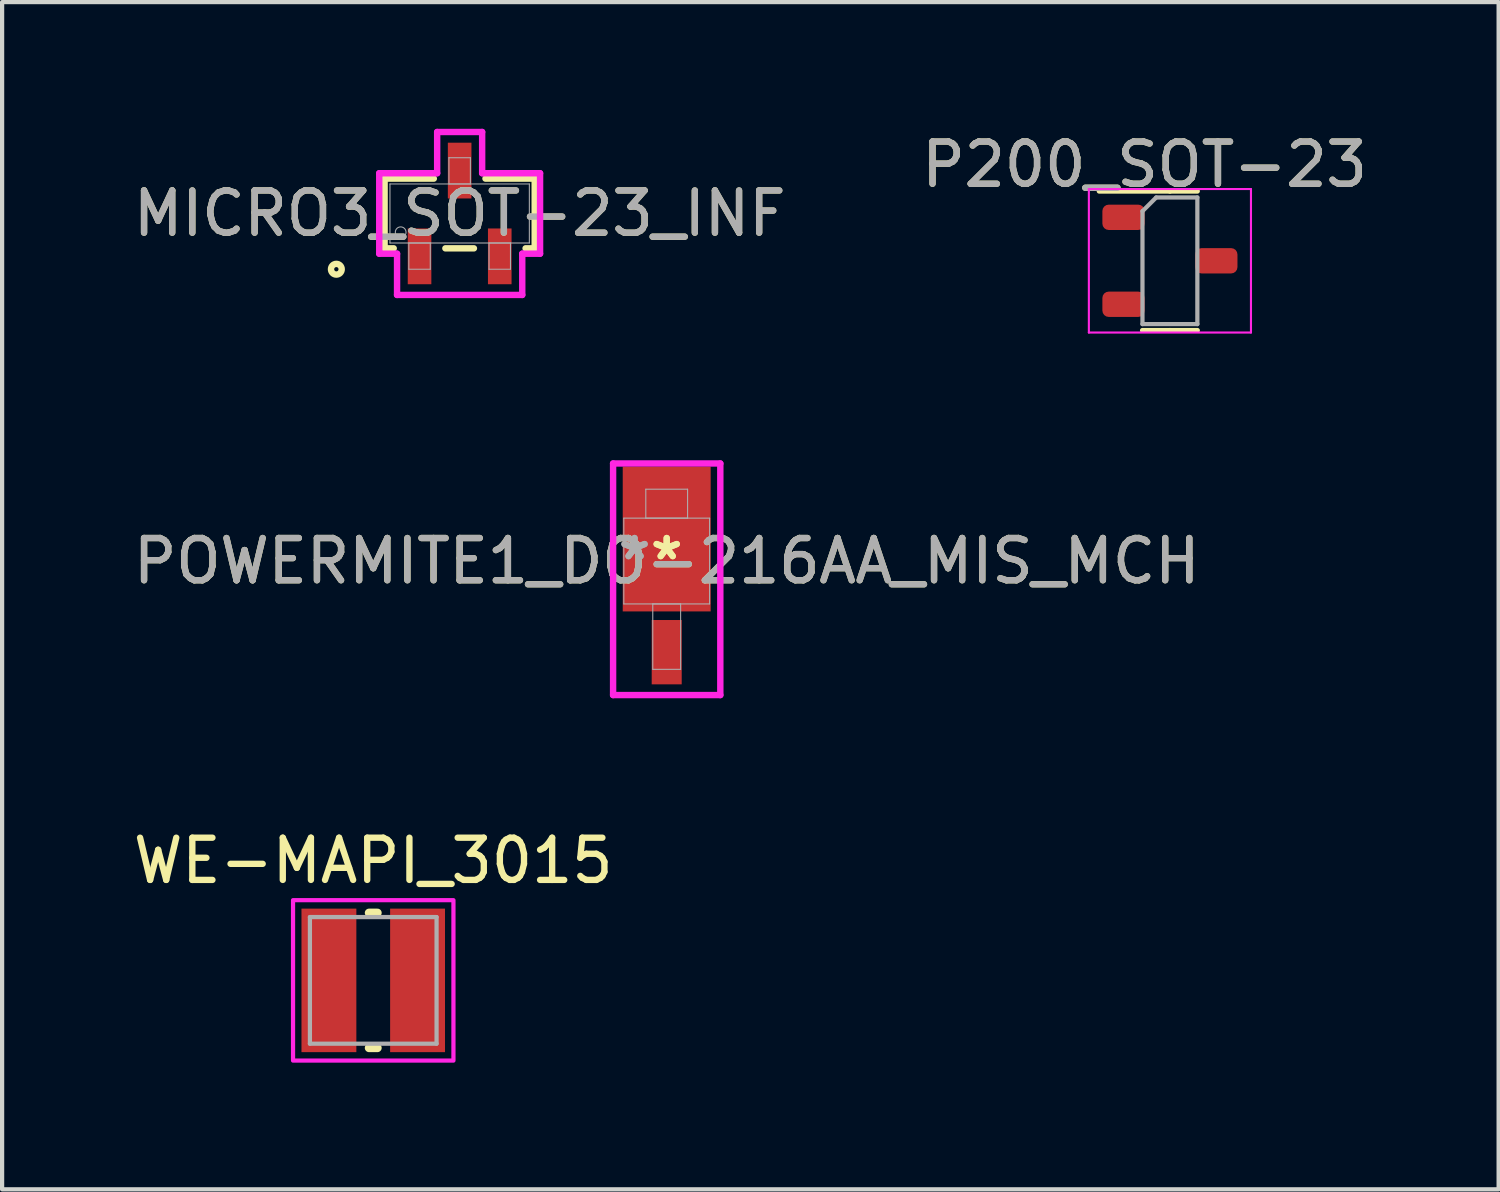
<source format=kicad_pcb>
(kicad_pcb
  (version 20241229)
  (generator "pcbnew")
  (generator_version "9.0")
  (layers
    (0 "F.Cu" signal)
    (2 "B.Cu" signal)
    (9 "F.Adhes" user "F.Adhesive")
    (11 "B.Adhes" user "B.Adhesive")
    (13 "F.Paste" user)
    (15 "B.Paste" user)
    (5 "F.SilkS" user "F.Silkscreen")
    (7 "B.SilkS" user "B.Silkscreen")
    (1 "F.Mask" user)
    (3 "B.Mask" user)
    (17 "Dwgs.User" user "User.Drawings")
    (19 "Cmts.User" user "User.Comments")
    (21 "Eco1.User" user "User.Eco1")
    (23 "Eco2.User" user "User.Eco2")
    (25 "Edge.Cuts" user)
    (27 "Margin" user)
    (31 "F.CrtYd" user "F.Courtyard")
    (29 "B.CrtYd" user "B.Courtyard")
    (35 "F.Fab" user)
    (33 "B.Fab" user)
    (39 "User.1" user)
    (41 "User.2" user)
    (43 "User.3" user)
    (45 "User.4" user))
  (footprint "WE-MAPI_3015"
    (layer "F.Cu")
    (at 5.792 20.175)
    (property "Reference" "WE-MAPI_3015" (at 0 -2.835 0) (layer "F.SilkS") (effects (font (size 1 1) (thickness 0.15))))
    (attr smd)
    (fp_line (start -0.1 -1.6) (end 0.1 -1.6) (stroke (width 0.2) (type solid)) (layer "F.SilkS"))
    (fp_line (start -0.1 1.6) (end 0.1 1.6) (stroke (width 0.2) (type solid)) (layer "F.SilkS"))
    (fp_poly (pts (xy -1.9 -1.9) (xy 1.9 -1.9) (xy 1.9 1.9) (xy -1.9 1.9)) (stroke (width 0.1) (type solid)) (fill no) (layer "F.CrtYd"))
    (fp_line (start -1.5 -1.5) (end 1.5 -1.5) (stroke (width 0.1) (type solid)) (layer "F.Fab"))
    (fp_line (start -1.5 1.5) (end -1.5 -1.5) (stroke (width 0.1) (type solid)) (layer "F.Fab"))
    (fp_line (start 1.5 -1.5) (end 1.5 1.5) (stroke (width 0.1) (type solid)) (layer "F.Fab"))
    (fp_line (start 1.5 1.5) (end -1.5 1.5) (stroke (width 0.1) (type solid)) (layer "F.Fab"))
    (pad "1" smd rect (at -1.05 0) (size 1.3 3.4) (layers "F.Cu" "F.Mask" "F.Paste"))
    (pad "2" smd rect (at 1.05 0) (size 1.3 3.4) (layers "F.Cu" "F.Mask" "F.Paste"))
    (zone (net_name "") (layer "F.Cu") (hatch full 0.508) (connect_pads) (min_thickness 0.01) (filled_areas_thickness no) (keepout (tracks not_allowed) (vias not_allowed) (pads not_allowed) (copperpour not_allowed) (footprints allowed)) (placement (enabled no)) (fill) (polygon (pts (xy 5.392 18.475) (xy 6.192 18.475) (xy 6.192 21.875) (xy 5.392 21.875))))
    (zone (net_name "") (layers "F.Cu" "B.Cu") (hatch full 0.508) (connect_pads) (min_thickness 0.01) (filled_areas_thickness no) (keepout (tracks allowed) (vias not_allowed) (pads allowed) (copperpour allowed) (footprints allowed)) (placement (enabled no)) (fill) (polygon (pts (xy 5.392 18.475) (xy 6.192 18.475) (xy 6.192 21.875) (xy 5.392 21.875)))))
  (footprint "P200_SOT-23"
    (layer "F.Cu")
    (at 23.565 2.098)
    (property "Reference" "P200_SOT-23" (at 0.5 -1.25 0) (layer "F.SilkS") (effects (font (size 1 1) (thickness 0.15))))
    (attr smd)
    (fp_line (start 1.1 -0.62) (end -0.575 -0.62) (stroke (width 0.12) (type solid)) (layer "F.SilkS"))
    (fp_line (start 1.1 -0.62) (end 1.75 -0.62) (stroke (width 0.12) (type solid)) (layer "F.SilkS"))
    (fp_line (start 1.1 2.68) (end 0.45 2.68) (stroke (width 0.12) (type solid)) (layer "F.SilkS"))
    (fp_line (start 1.1 2.68) (end 1.75 2.68) (stroke (width 0.12) (type solid)) (layer "F.SilkS"))
    (fp_line (start -0.82 -0.67) (end -0.82 2.73) (stroke (width 0.05) (type solid)) (layer "F.CrtYd"))
    (fp_line (start -0.82 2.73) (end 3.02 2.73) (stroke (width 0.05) (type solid)) (layer "F.CrtYd"))
    (fp_line (start 3.02 -0.67) (end -0.82 -0.67) (stroke (width 0.05) (type solid)) (layer "F.CrtYd"))
    (fp_line (start 3.02 2.73) (end 3.02 -0.67) (stroke (width 0.05) (type solid)) (layer "F.CrtYd"))
    (fp_line (start 0.45 -0.145) (end 0.775 -0.47) (stroke (width 0.1) (type solid)) (layer "F.Fab"))
    (fp_line (start 0.45 2.53) (end 0.45 -0.145) (stroke (width 0.1) (type solid)) (layer "F.Fab"))
    (fp_line (start 0.775 -0.47) (end 1.75 -0.47) (stroke (width 0.1) (type solid)) (layer "F.Fab"))
    (fp_line (start 1.75 -0.47) (end 1.75 2.53) (stroke (width 0.1) (type solid)) (layer "F.Fab"))
    (fp_line (start 1.75 2.53) (end 0.45 2.53) (stroke (width 0.1) (type solid)) (layer "F.Fab"))
    (fp_text user "${REFERENCE}" (at 0.5 -1.25 0) (layer "F.Fab") (effects (font (size 1 1) (thickness 0.15))))
    (pad "1" smd roundrect (at 0 0) (size 1 0.6) (layers "F.Cu" "F.Mask" "F.Paste") (roundrect_rratio 0.25))
    (pad "2" smd roundrect (at 0 2.06) (size 1 0.6) (layers "F.Cu" "F.Mask" "F.Paste") (roundrect_rratio 0.25))
    (pad "3" smd roundrect (at 2.2 1.03) (size 1 0.6) (layers "F.Cu" "F.Mask" "F.Paste") (roundrect_rratio 0.25)))
  (footprint "POWERMITE1_DO-216AA_MIS_MCH"
    (layer "F.Cu")
    (at 12.744 10.241)
    (property "Reference" "POWERMITE1_DO-216AA_MIS_MCH" (at 0 0 0) (unlocked yes) (layer "F.SilkS") (effects (font (size 1 1) (thickness 0.15))))
    (attr smd)
    (fp_line (start -1.27 -2.311) (end 1.27 -2.311) (stroke (width 0.152) (type solid)) (layer "F.CrtYd"))
    (fp_line (start -1.27 3.175) (end -1.27 -2.311) (stroke (width 0.152) (type solid)) (layer "F.CrtYd"))
    (fp_line (start 1.27 -2.311) (end 1.27 3.175) (stroke (width 0.152) (type solid)) (layer "F.CrtYd"))
    (fp_line (start 1.27 3.175) (end -1.27 3.175) (stroke (width 0.152) (type solid)) (layer "F.CrtYd"))
    (fp_line (start -1.016 -1.016) (end -1.016 1.016) (stroke (width 0.025) (type solid)) (layer "F.Fab"))
    (fp_line (start -1.016 1.016) (end 1.016 1.016) (stroke (width 0.025) (type solid)) (layer "F.Fab"))
    (fp_line (start -0.495 -1.702) (end -0.495 -1.016) (stroke (width 0.025) (type solid)) (layer "F.Fab"))
    (fp_line (start -0.495 -1.016) (end 0.495 -1.016) (stroke (width 0.025) (type solid)) (layer "F.Fab"))
    (fp_line (start -0.33 1.016) (end -0.33 2.565) (stroke (width 0.025) (type solid)) (layer "F.Fab"))
    (fp_line (start -0.33 2.565) (end 0.33 2.565) (stroke (width 0.025) (type solid)) (layer "F.Fab"))
    (fp_line (start 0.33 1.016) (end -0.33 1.016) (stroke (width 0.025) (type solid)) (layer "F.Fab"))
    (fp_line (start 0.33 2.565) (end 0.33 1.016) (stroke (width 0.025) (type solid)) (layer "F.Fab"))
    (fp_line (start 0.495 -1.702) (end -0.495 -1.702) (stroke (width 0.025) (type solid)) (layer "F.Fab"))
    (fp_line (start 0.495 -1.016) (end 0.495 -1.702) (stroke (width 0.025) (type solid)) (layer "F.Fab"))
    (fp_line (start 1.016 -1.016) (end -1.016 -1.016) (stroke (width 0.025) (type solid)) (layer "F.Fab"))
    (fp_line (start 1.016 -1.016) (end 1.016 1.016) (stroke (width 0.025) (type solid)) (layer "F.Fab"))
    (fp_text user "*" (at 0 0 0) (unlocked yes) (layer "F.SilkS") (effects (font (size 1 1) (thickness 0.15))))
    (fp_text user "*" (at 0 0 0) (layer "F.SilkS") (effects (font (size 1 1) (thickness 0.15))))
    (fp_text user "${REFERENCE}" (at 0 0 0) (unlocked yes) (layer "F.Fab") (effects (font (size 1 1) (thickness 0.15))))
    (fp_text user "*" (at -0.762 0 0) (unlocked yes) (layer "F.Fab") (effects (font (size 1 1) (thickness 0.15))))
    (fp_text user "*" (at -0.762 0 0) (layer "F.Fab") (effects (font (size 1 1) (thickness 0.15))))
    (pad "1" smd rect (at 0 -0.521) (size 2.083 3.429) (layers "F.Cu" "F.Mask" "F.Paste"))
    (pad "2" smd rect (at 0 2.159) (size 0.711 1.524) (layers "F.Cu" "F.Mask" "F.Paste")))
  (footprint "MICRO3_SOT-23_INF"
    (layer "F.Cu")
    (at 7.839 2.007)
    (property "Reference" "MICRO3_SOT-23_INF" (at 0 0 0) (unlocked yes) (layer "F.SilkS") (effects (font (size 1 1) (thickness 0.15))))
    (attr smd)
    (fp_line (start -1.778 -0.826) (end -1.778 0.826) (stroke (width 0.152) (type solid)) (layer "F.SilkS"))
    (fp_line (start -1.778 0.826) (end -1.562 0.826) (stroke (width 0.152) (type solid)) (layer "F.SilkS"))
    (fp_line (start -0.612 -0.826) (end -1.778 -0.826) (stroke (width 0.152) (type solid)) (layer "F.SilkS"))
    (fp_line (start -0.338 0.826) (end 0.338 0.826) (stroke (width 0.152) (type solid)) (layer "F.SilkS"))
    (fp_line (start 1.562 0.826) (end 1.778 0.826) (stroke (width 0.152) (type solid)) (layer "F.SilkS"))
    (fp_line (start 1.778 -0.826) (end 0.612 -0.826) (stroke (width 0.152) (type solid)) (layer "F.SilkS"))
    (fp_line (start 1.778 0.826) (end 1.778 -0.826) (stroke (width 0.152) (type solid)) (layer "F.SilkS"))
    (fp_circle (center -2.921 1.321) (end -2.794 1.321) (stroke (width 0.152) (type solid)) (fill no) (layer "F.SilkS"))
    (fp_line (start -1.905 -0.953) (end -0.533 -0.953) (stroke (width 0.152) (type solid)) (layer "F.CrtYd"))
    (fp_line (start -1.905 0.953) (end -1.905 -0.953) (stroke (width 0.152) (type solid)) (layer "F.CrtYd"))
    (fp_line (start -1.905 0.953) (end -1.483 0.953) (stroke (width 0.152) (type solid)) (layer "F.CrtYd"))
    (fp_line (start -1.483 0.953) (end -1.483 1.93) (stroke (width 0.152) (type solid)) (layer "F.CrtYd"))
    (fp_line (start -1.483 1.93) (end 1.483 1.93) (stroke (width 0.152) (type solid)) (layer "F.CrtYd"))
    (fp_line (start -0.533 -1.93) (end 0.533 -1.93) (stroke (width 0.152) (type solid)) (layer "F.CrtYd"))
    (fp_line (start -0.533 -0.953) (end -0.533 -1.93) (stroke (width 0.152) (type solid)) (layer "F.CrtYd"))
    (fp_line (start 0.533 -0.953) (end 0.533 -1.93) (stroke (width 0.152) (type solid)) (layer "F.CrtYd"))
    (fp_line (start 1.483 0.953) (end 1.483 1.93) (stroke (width 0.152) (type solid)) (layer "F.CrtYd"))
    (fp_line (start 1.905 -0.953) (end 0.533 -0.953) (stroke (width 0.152) (type solid)) (layer "F.CrtYd"))
    (fp_line (start 1.905 -0.953) (end 1.905 0.953) (stroke (width 0.152) (type solid)) (layer "F.CrtYd"))
    (fp_line (start 1.905 0.953) (end 1.483 0.953) (stroke (width 0.152) (type solid)) (layer "F.CrtYd"))
    (fp_line (start -1.651 -0.699) (end -1.651 0.699) (stroke (width 0.025) (type solid)) (layer "F.Fab"))
    (fp_line (start -1.651 0.699) (end 1.651 0.699) (stroke (width 0.025) (type solid)) (layer "F.Fab"))
    (fp_line (start -1.204 0.699) (end -1.204 1.321) (stroke (width 0.025) (type solid)) (layer "F.Fab"))
    (fp_line (start -1.204 1.321) (end -0.696 1.321) (stroke (width 0.025) (type solid)) (layer "F.Fab"))
    (fp_line (start -0.696 0.699) (end -1.204 0.699) (stroke (width 0.025) (type solid)) (layer "F.Fab"))
    (fp_line (start -0.696 1.321) (end -0.696 0.699) (stroke (width 0.025) (type solid)) (layer "F.Fab"))
    (fp_line (start -0.254 -1.321) (end -0.254 -0.699) (stroke (width 0.025) (type solid)) (layer "F.Fab"))
    (fp_line (start -0.254 -0.699) (end 0.254 -0.699) (stroke (width 0.025) (type solid)) (layer "F.Fab"))
    (fp_line (start 0.254 -1.321) (end -0.254 -1.321) (stroke (width 0.025) (type solid)) (layer "F.Fab"))
    (fp_line (start 0.254 -0.699) (end 0.254 -1.321) (stroke (width 0.025) (type solid)) (layer "F.Fab"))
    (fp_line (start 0.696 0.699) (end 0.696 1.321) (stroke (width 0.025) (type solid)) (layer "F.Fab"))
    (fp_line (start 0.696 1.321) (end 1.204 1.321) (stroke (width 0.025) (type solid)) (layer "F.Fab"))
    (fp_line (start 1.204 0.699) (end 0.696 0.699) (stroke (width 0.025) (type solid)) (layer "F.Fab"))
    (fp_line (start 1.204 1.321) (end 1.204 0.699) (stroke (width 0.025) (type solid)) (layer "F.Fab"))
    (fp_line (start 1.651 -0.699) (end -1.651 -0.699) (stroke (width 0.025) (type solid)) (layer "F.Fab"))
    (fp_line (start 1.651 0.699) (end 1.651 -0.699) (stroke (width 0.025) (type solid)) (layer "F.Fab"))
    (fp_circle (center -1.397 0.445) (end -1.27 0.445) (stroke (width 0.025) (type solid)) (fill no) (layer "F.Fab"))
    (fp_text user "${REFERENCE}" (at 0 0 0) (unlocked yes) (layer "F.Fab") (effects (font (size 1 1) (thickness 0.15))))
    (pad "1" smd rect (at -0.95 1.016) (size 0.559 1.321) (layers "F.Cu" "F.Mask" "F.Paste"))
    (pad "2" smd rect (at 0.95 1.016) (size 0.559 1.321) (layers "F.Cu" "F.Mask" "F.Paste"))
    (pad "3" smd rect (at 0 -1.016) (size 0.559 1.321) (layers "F.Cu" "F.Mask" "F.Paste")))
  (gr_rect
    (start -3 -3)
    (end 32.452 25.125)
    (stroke (width 0.1) (type default))
    (fill no)
    (layer "Edge.Cuts")))
</source>
